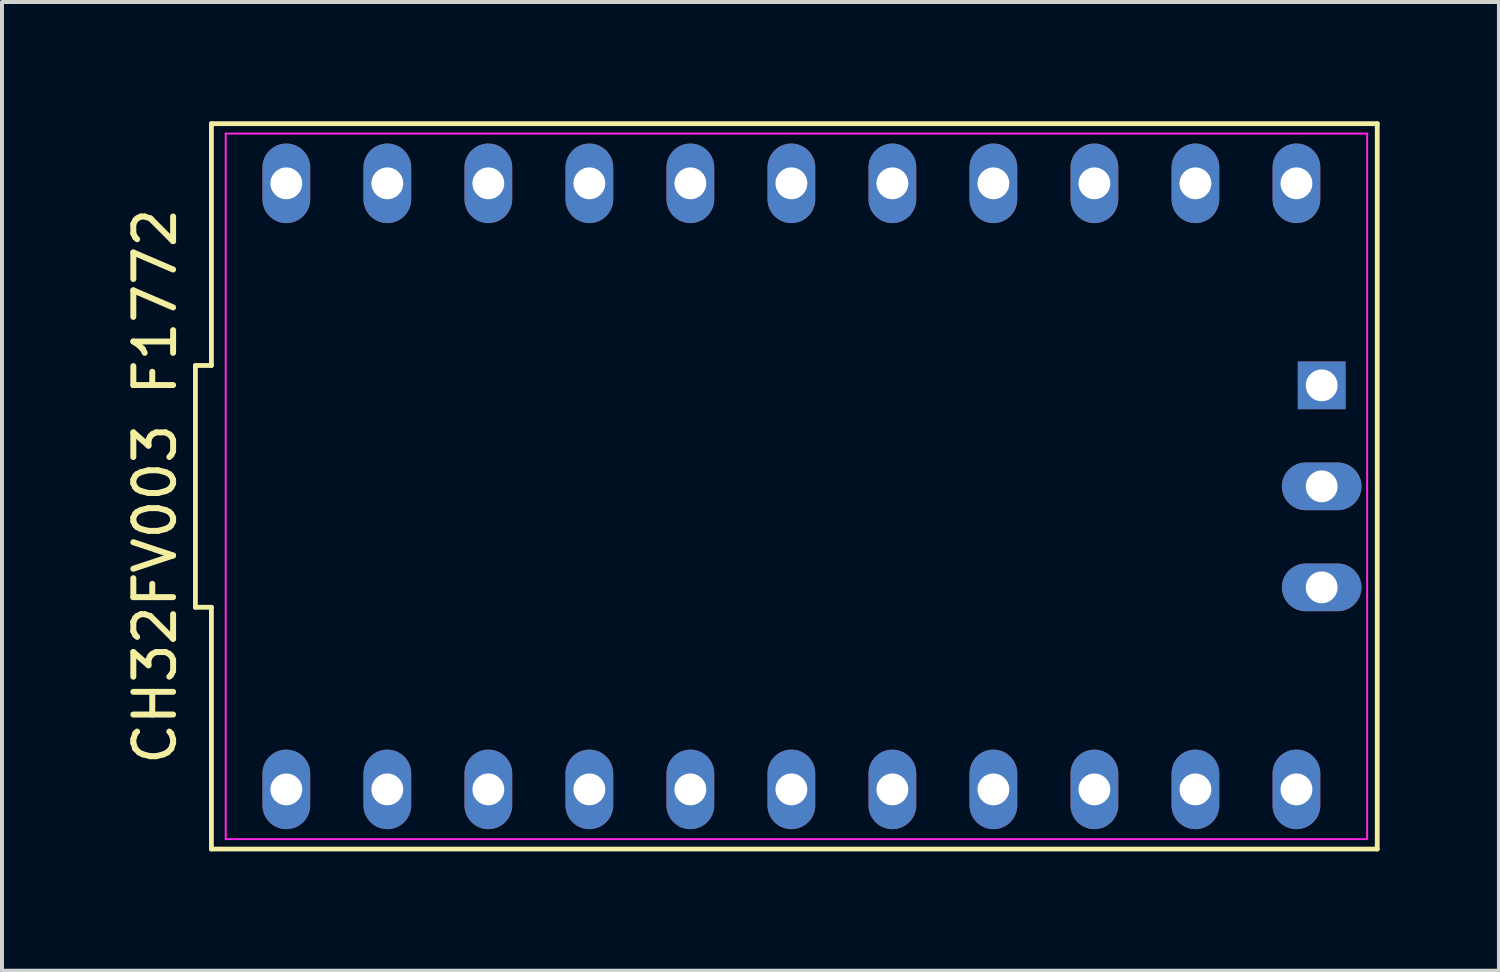
<source format=kicad_pcb>
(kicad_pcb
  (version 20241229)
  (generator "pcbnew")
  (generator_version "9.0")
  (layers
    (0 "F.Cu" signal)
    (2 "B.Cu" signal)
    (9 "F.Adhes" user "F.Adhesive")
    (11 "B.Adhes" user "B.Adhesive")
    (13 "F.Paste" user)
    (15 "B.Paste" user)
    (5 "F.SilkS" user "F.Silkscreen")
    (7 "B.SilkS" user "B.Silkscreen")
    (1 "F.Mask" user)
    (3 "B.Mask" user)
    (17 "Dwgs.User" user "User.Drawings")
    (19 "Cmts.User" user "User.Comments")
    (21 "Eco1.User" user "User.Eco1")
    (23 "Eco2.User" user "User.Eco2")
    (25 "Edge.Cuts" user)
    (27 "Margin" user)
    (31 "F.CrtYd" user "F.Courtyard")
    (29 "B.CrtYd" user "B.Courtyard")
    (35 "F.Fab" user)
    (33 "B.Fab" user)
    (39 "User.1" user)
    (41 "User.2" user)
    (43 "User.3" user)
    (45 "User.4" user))
  (footprint "CH32FV003 F1772"
    (layer "F.Cu")
    (at 16.85 9.18)
    (property "Reference" "CH32FV003 F1772" (at -16.002 0 90) (layer "F.SilkS") (effects (font (size 1 1) (thickness 0.15))))
    (attr through_hole)
    (fp_line (start -14.986 -3.04) (end -14.986 3.04) (stroke (width 0.12) (type default)) (layer "F.SilkS"))
    (fp_line (start -14.986 3.04) (end -14.584 3.04) (stroke (width 0.12) (type default)) (layer "F.SilkS"))
    (fp_line (start -14.584 -9.12) (end -14.584 -3.04) (stroke (width 0.12) (type default)) (layer "F.SilkS"))
    (fp_line (start -14.584 -3.04) (end -14.986 -3.04) (stroke (width 0.12) (type default)) (layer "F.SilkS"))
    (fp_line (start -14.584 3.04) (end -14.584 9.12) (stroke (width 0.12) (type default)) (layer "F.SilkS"))
    (fp_line (start -14.584 9.12) (end 14.732 9.12) (stroke (width 0.12) (type default)) (layer "F.SilkS"))
    (fp_line (start 14.732 -9.12) (end -14.584 -9.12) (stroke (width 0.12) (type default)) (layer "F.SilkS"))
    (fp_line (start 14.732 9.12) (end 14.732 -9.12) (stroke (width 0.12) (type default)) (layer "F.SilkS"))
    (fp_line (start -14.224 -8.87) (end 14.478 -8.87) (stroke (width 0.05) (type default)) (layer "F.CrtYd"))
    (fp_line (start -14.224 8.87) (end -14.224 -8.87) (stroke (width 0.05) (type default)) (layer "F.CrtYd"))
    (fp_line (start 14.478 -8.87) (end 14.478 8.87) (stroke (width 0.05) (type default)) (layer "F.CrtYd"))
    (fp_line (start 14.478 8.87) (end -14.224 8.87) (stroke (width 0.05) (type default)) (layer "F.CrtYd"))
    (pad "1" thru_hole oval (at -12.7 7.62) (size 1.2 2) (drill 0.8) (layers "*.Cu" "*.Mask"))
    (pad "2" thru_hole oval (at -10.16 7.62) (size 1.2 2) (drill 0.8) (layers "*.Cu" "*.Mask"))
    (pad "3" thru_hole oval (at -7.62 7.62) (size 1.2 2) (drill 0.8) (layers "*.Cu" "*.Mask"))
    (pad "4" thru_hole oval (at -5.08 7.62) (size 1.2 2) (drill 0.8) (layers "*.Cu" "*.Mask"))
    (pad "5" thru_hole oval (at -2.54 7.62) (size 1.2 2) (drill 0.8) (layers "*.Cu" "*.Mask"))
    (pad "6" thru_hole oval (at 0 7.62) (size 1.2 2) (drill 0.8) (layers "*.Cu" "*.Mask"))
    (pad "7" thru_hole oval (at 2.54 7.62) (size 1.2 2) (drill 0.8) (layers "*.Cu" "*.Mask"))
    (pad "8" thru_hole oval (at 5.08 7.62) (size 1.2 2) (drill 0.8) (layers "*.Cu" "*.Mask"))
    (pad "9" thru_hole oval (at 7.62 7.62) (size 1.2 2) (drill 0.8) (layers "*.Cu" "*.Mask"))
    (pad "10" thru_hole oval (at 10.16 7.62) (size 1.2 2) (drill 0.8) (layers "*.Cu" "*.Mask"))
    (pad "11" thru_hole oval (at 12.7 7.62) (size 1.2 2) (drill 0.8) (layers "*.Cu" "*.Mask"))
    (pad "12" thru_hole oval (at 13.335 2.54) (size 2 1.2) (drill 0.8) (layers "*.Cu" "*.Mask"))
    (pad "13" thru_hole oval (at 13.335 0) (size 2 1.2) (drill 0.8) (layers "*.Cu" "*.Mask"))
    (pad "14" thru_hole rect (at 13.335 -2.54) (size 1.2 1.2) (drill 0.8) (layers "*.Cu" "*.Mask"))
    (pad "15" thru_hole oval (at 12.7 -7.62) (size 1.2 2) (drill 0.8) (layers "*.Cu" "*.Mask"))
    (pad "16" thru_hole oval (at 10.16 -7.62) (size 1.2 2) (drill 0.8) (layers "*.Cu" "*.Mask"))
    (pad "17" thru_hole oval (at 7.62 -7.62) (size 1.2 2) (drill 0.8) (layers "*.Cu" "*.Mask"))
    (pad "18" thru_hole oval (at 5.08 -7.62) (size 1.2 2) (drill 0.8) (layers "*.Cu" "*.Mask"))
    (pad "19" thru_hole oval (at 2.54 -7.62) (size 1.2 2) (drill 0.8) (layers "*.Cu" "*.Mask"))
    (pad "20" thru_hole oval (at 0 -7.62) (size 1.2 2) (drill 0.8) (layers "*.Cu" "*.Mask"))
    (pad "21" thru_hole oval (at -2.54 -7.62) (size 1.2 2) (drill 0.8) (layers "*.Cu" "*.Mask"))
    (pad "22" thru_hole oval (at -5.08 -7.62) (size 1.2 2) (drill 0.8) (layers "*.Cu" "*.Mask"))
    (pad "23" thru_hole oval (at -7.62 -7.62) (size 1.2 2) (drill 0.8) (layers "*.Cu" "*.Mask"))
    (pad "24" thru_hole oval (at -10.16 -7.62) (size 1.2 2) (drill 0.8) (layers "*.Cu" "*.Mask"))
    (pad "25" thru_hole oval (at -12.7 -7.62) (size 1.2 2) (drill 0.8) (layers "*.Cu" "*.Mask")))
  (gr_rect
    (start -3 -3)
    (end 34.642 21.36)
    (stroke (width 0.1) (type default))
    (fill no)
    (layer "Edge.Cuts")))
</source>
